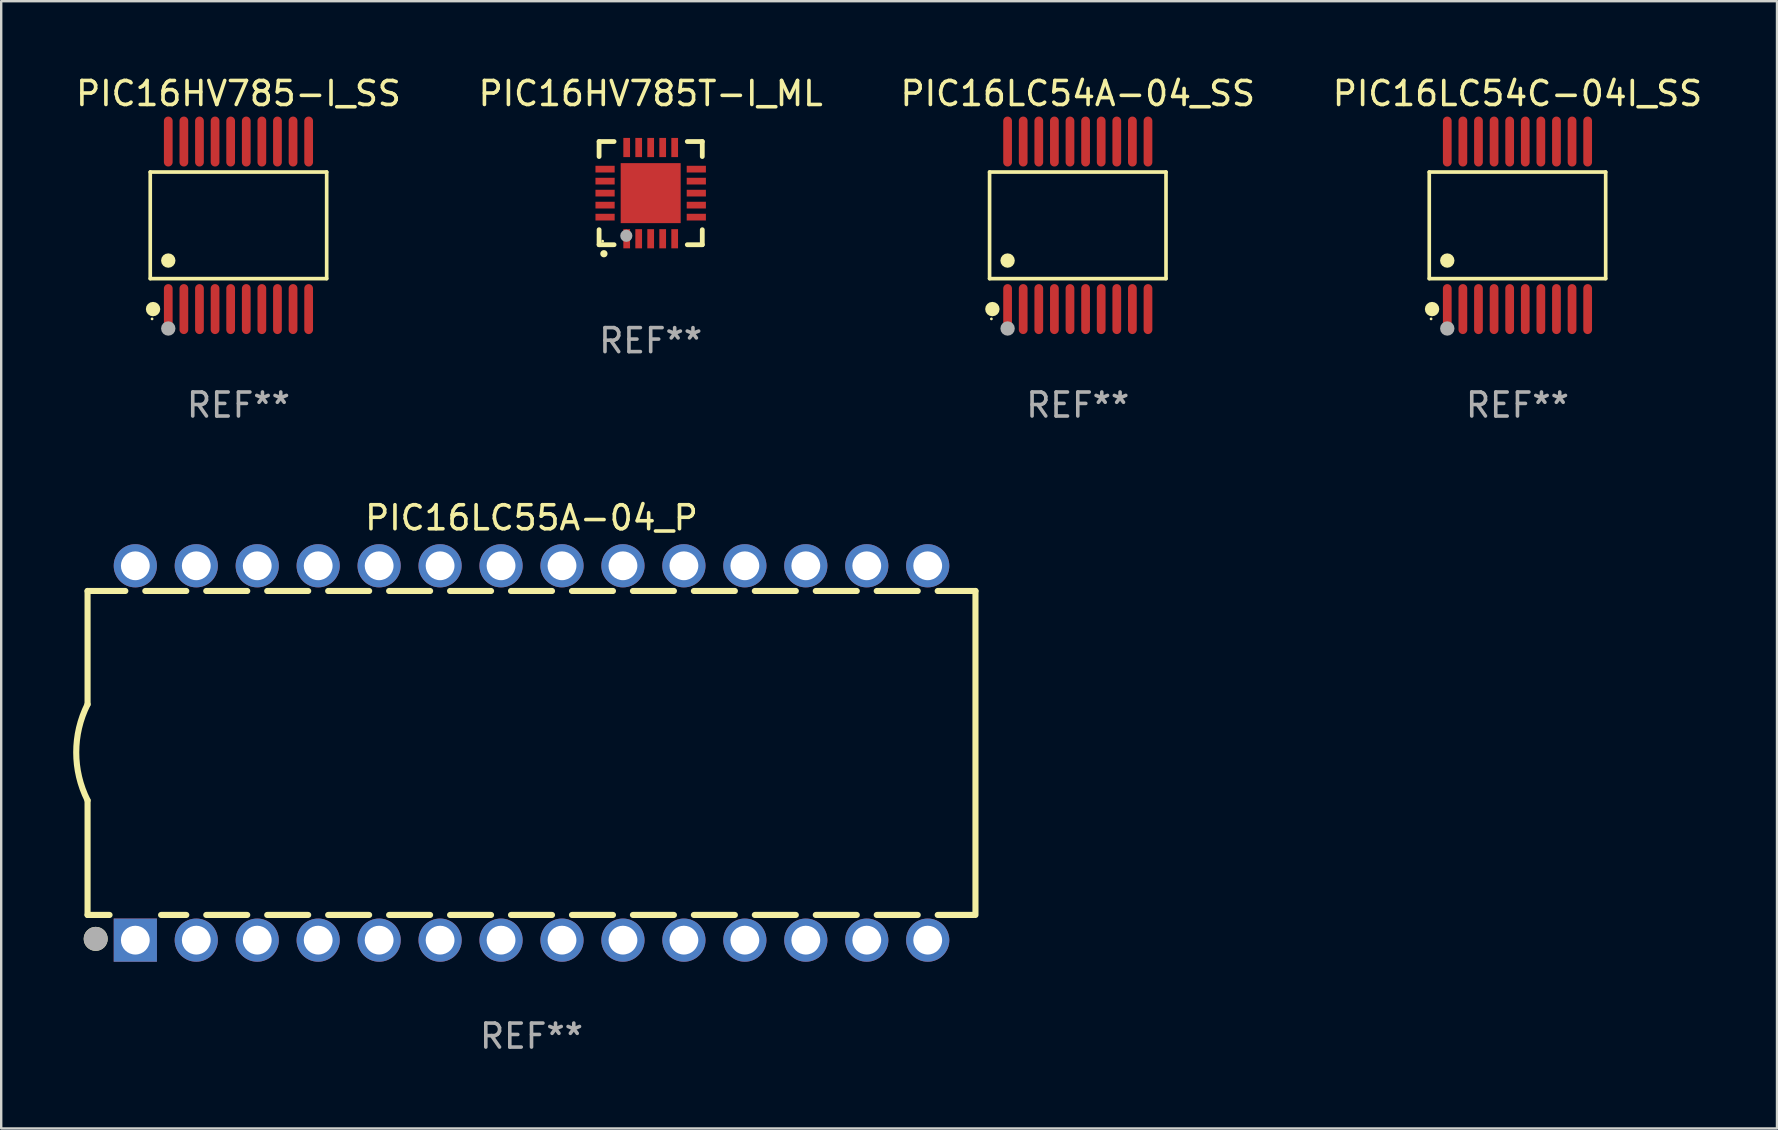
<source format=kicad_pcb>
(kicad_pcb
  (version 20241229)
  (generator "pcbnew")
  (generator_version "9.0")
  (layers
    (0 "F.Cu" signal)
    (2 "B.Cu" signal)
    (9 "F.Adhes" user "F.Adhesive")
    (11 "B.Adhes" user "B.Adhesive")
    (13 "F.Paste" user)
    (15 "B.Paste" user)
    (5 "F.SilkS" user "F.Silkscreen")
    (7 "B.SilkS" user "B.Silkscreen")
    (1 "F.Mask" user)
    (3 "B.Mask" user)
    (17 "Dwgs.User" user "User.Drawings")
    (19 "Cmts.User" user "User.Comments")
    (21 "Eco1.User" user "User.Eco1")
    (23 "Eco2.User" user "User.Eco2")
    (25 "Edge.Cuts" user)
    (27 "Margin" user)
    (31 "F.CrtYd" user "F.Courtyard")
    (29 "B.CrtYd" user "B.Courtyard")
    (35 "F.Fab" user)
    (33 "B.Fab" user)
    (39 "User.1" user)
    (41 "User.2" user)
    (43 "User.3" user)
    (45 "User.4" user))
  (footprint "PIC16LC54A-04_SS"
    (layer "F.Cu")
    (at 41.863 6.339)
    (property "Reference" "PIC16LC54A-04_SS" (at 0 -5.491 0) (layer "F.SilkS") (effects (font (size 1 1) (thickness 0.15))))
    (attr through_hole)
    (fp_line (start -3.676 -2.221) (end 3.676 -2.221) (stroke (width 0.152) (type solid)) (layer "F.SilkS"))
    (fp_line (start -3.676 2.221) (end -3.676 -2.221) (stroke (width 0.152) (type solid)) (layer "F.SilkS"))
    (fp_line (start 3.676 -2.221) (end 3.676 2.221) (stroke (width 0.152) (type solid)) (layer "F.SilkS"))
    (fp_line (start 3.676 2.221) (end -3.676 2.221) (stroke (width 0.152) (type solid)) (layer "F.SilkS"))
    (fp_circle (center -3.6 3.9) (end -3.57 3.9) (stroke (width 0.06) (type solid)) (fill no) (layer "F.SilkS"))
    (fp_circle (center -3.559 3.491) (end -3.409 3.491) (stroke (width 0.3) (type solid)) (fill no) (layer "F.SilkS"))
    (fp_circle (center -2.925 1.469) (end -2.775 1.469) (stroke (width 0.3) (type solid)) (fill no) (layer "F.SilkS"))
    (fp_circle (center -2.925 4.3) (end -2.775 4.3) (stroke (width 0.3) (type solid)) (fill no) (layer "F.Fab"))
    (fp_text user "REF**" (at 0 7.491 0) (layer "F.Fab") (effects (font (size 1 1) (thickness 0.15))))
    (pad "1" smd oval (at -2.925 3.491) (size 0.364 2.082) (layers "F.Cu" "F.Mask" "F.Paste"))
    (pad "2" smd oval (at -2.275 3.491) (size 0.364 2.082) (layers "F.Cu" "F.Mask" "F.Paste"))
    (pad "3" smd oval (at -1.625 3.491) (size 0.364 2.082) (layers "F.Cu" "F.Mask" "F.Paste"))
    (pad "4" smd oval (at -0.975 3.491) (size 0.364 2.082) (layers "F.Cu" "F.Mask" "F.Paste"))
    (pad "5" smd oval (at -0.325 3.491) (size 0.364 2.082) (layers "F.Cu" "F.Mask" "F.Paste"))
    (pad "6" smd oval (at 0.325 3.491) (size 0.364 2.082) (layers "F.Cu" "F.Mask" "F.Paste"))
    (pad "7" smd oval (at 0.975 3.491) (size 0.364 2.082) (layers "F.Cu" "F.Mask" "F.Paste"))
    (pad "8" smd oval (at 1.625 3.491) (size 0.364 2.082) (layers "F.Cu" "F.Mask" "F.Paste"))
    (pad "9" smd oval (at 2.275 3.491) (size 0.364 2.082) (layers "F.Cu" "F.Mask" "F.Paste"))
    (pad "10" smd oval (at 2.925 3.491) (size 0.364 2.082) (layers "F.Cu" "F.Mask" "F.Paste"))
    (pad "11" smd oval (at 2.925 -3.491) (size 0.364 2.082) (layers "F.Cu" "F.Mask" "F.Paste"))
    (pad "12" smd oval (at 2.275 -3.491) (size 0.364 2.082) (layers "F.Cu" "F.Mask" "F.Paste"))
    (pad "13" smd oval (at 1.625 -3.491) (size 0.364 2.082) (layers "F.Cu" "F.Mask" "F.Paste"))
    (pad "14" smd oval (at 0.975 -3.491) (size 0.364 2.082) (layers "F.Cu" "F.Mask" "F.Paste"))
    (pad "15" smd oval (at 0.325 -3.491) (size 0.364 2.082) (layers "F.Cu" "F.Mask" "F.Paste"))
    (pad "16" smd oval (at -0.325 -3.491) (size 0.364 2.082) (layers "F.Cu" "F.Mask" "F.Paste"))
    (pad "17" smd oval (at -0.975 -3.491) (size 0.364 2.082) (layers "F.Cu" "F.Mask" "F.Paste"))
    (pad "18" smd oval (at -1.625 -3.491) (size 0.364 2.082) (layers "F.Cu" "F.Mask" "F.Paste"))
    (pad "19" smd oval (at -2.275 -3.491) (size 0.364 2.082) (layers "F.Cu" "F.Mask" "F.Paste"))
    (pad "20" smd oval (at -2.925 -3.491) (size 0.364 2.082) (layers "F.Cu" "F.Mask" "F.Paste")))
  (footprint "PIC16HV785T-I_ML"
    (layer "F.Cu")
    (at 24.065 4.998)
    (property "Reference" "PIC16HV785T-I_ML" (at 0 -4.15 0) (layer "F.SilkS") (effects (font (size 1 1) (thickness 0.15))))
    (attr through_hole)
    (fp_line (start -2.15 -2.15) (end -2.15 -1.525) (stroke (width 0.2) (type solid)) (layer "F.SilkS"))
    (fp_line (start -2.15 2.15) (end -2.15 1.525) (stroke (width 0.2) (type solid)) (layer "F.SilkS"))
    (fp_line (start -1.525 -2.15) (end -2.15 -2.15) (stroke (width 0.2) (type solid)) (layer "F.SilkS"))
    (fp_line (start -1.525 2.15) (end -2.15 2.15) (stroke (width 0.2) (type solid)) (layer "F.SilkS"))
    (fp_line (start 1.525 2.15) (end 2.15 2.15) (stroke (width 0.2) (type solid)) (layer "F.SilkS"))
    (fp_line (start 2.15 -2.15) (end 1.525 -2.15) (stroke (width 0.2) (type solid)) (layer "F.SilkS"))
    (fp_line (start 2.15 -1.525) (end 2.15 -2.15) (stroke (width 0.2) (type solid)) (layer "F.SilkS"))
    (fp_line (start 2.15 2.15) (end 2.15 1.525) (stroke (width 0.2) (type solid)) (layer "F.SilkS"))
    (fp_arc (start -1.950724 2.524765) (mid -1.949454 2.52476) (end -1.948184 2.524765) (stroke (width 0.3) (type solid)) (layer "F.SilkS"))
    (fp_circle (center -2.001 2.001) (end -1.971 2.001) (stroke (width 0.06) (type solid)) (fill no) (layer "F.SilkS"))
    (fp_circle (center -1.016 1.778) (end -0.889 1.778) (stroke (width 0.254) (type solid)) (fill no) (layer "F.Fab"))
    (fp_text user "REF**" (at 0 6.15 0) (layer "F.Fab") (effects (font (size 1 1) (thickness 0.15))))
    (pad "1" smd rect (at -1 1.901) (size 0.28 0.8) (layers "F.Cu" "F.Mask" "F.Paste"))
    (pad "2" smd rect (at -0.5 1.901) (size 0.28 0.8) (layers "F.Cu" "F.Mask" "F.Paste"))
    (pad "3" smd rect (at 0 1.901) (size 0.28 0.8) (layers "F.Cu" "F.Mask" "F.Paste"))
    (pad "4" smd rect (at 0.5 1.901) (size 0.28 0.8) (layers "F.Cu" "F.Mask" "F.Paste"))
    (pad "5" smd rect (at 1 1.901) (size 0.28 0.8) (layers "F.Cu" "F.Mask" "F.Paste"))
    (pad "6" smd rect (at 1.901 1) (size 0.8 0.28) (layers "F.Cu" "F.Mask" "F.Paste"))
    (pad "7" smd rect (at 1.901 0.5) (size 0.8 0.28) (layers "F.Cu" "F.Mask" "F.Paste"))
    (pad "8" smd rect (at 1.901 0) (size 0.8 0.28) (layers "F.Cu" "F.Mask" "F.Paste"))
    (pad "9" smd rect (at 1.901 -0.5) (size 0.8 0.28) (layers "F.Cu" "F.Mask" "F.Paste"))
    (pad "10" smd rect (at 1.901 -1) (size 0.8 0.28) (layers "F.Cu" "F.Mask" "F.Paste"))
    (pad "11" smd rect (at 1 -1.901) (size 0.28 0.8) (layers "F.Cu" "F.Mask" "F.Paste"))
    (pad "12" smd rect (at 0.5 -1.901) (size 0.28 0.8) (layers "F.Cu" "F.Mask" "F.Paste"))
    (pad "13" smd rect (at 0 -1.901) (size 0.28 0.8) (layers "F.Cu" "F.Mask" "F.Paste"))
    (pad "14" smd rect (at -0.5 -1.901) (size 0.28 0.8) (layers "F.Cu" "F.Mask" "F.Paste"))
    (pad "15" smd rect (at -1 -1.901) (size 0.28 0.8) (layers "F.Cu" "F.Mask" "F.Paste"))
    (pad "16" smd rect (at -1.901 -1) (size 0.8 0.28) (layers "F.Cu" "F.Mask" "F.Paste"))
    (pad "17" smd rect (at -1.901 -0.5) (size 0.8 0.28) (layers "F.Cu" "F.Mask" "F.Paste"))
    (pad "18" smd rect (at -1.901 0) (size 0.8 0.28) (layers "F.Cu" "F.Mask" "F.Paste"))
    (pad "19" smd rect (at -1.901 0.5) (size 0.8 0.28) (layers "F.Cu" "F.Mask" "F.Paste"))
    (pad "20" smd rect (at -1.901 1) (size 0.8 0.28) (layers "F.Cu" "F.Mask" "F.Paste"))
    (pad "21" smd rect (at 0 0) (size 2.5 2.5) (layers "F.Cu" "F.Mask" "F.Paste")))
  (footprint "PIC16LC55A-04_P"
    (layer "F.Cu")
    (at 19.099 28.327)
    (property "Reference" "PIC16LC55A-04_P" (at 0 -9.8 0) (layer "F.SilkS") (effects (font (size 1 1) (thickness 0.15))))
    (attr through_hole)
    (fp_line (start -18.5 -6.75) (end -18.5 -2.026) (stroke (width 0.254) (type solid)) (layer "F.SilkS"))
    (fp_line (start -18.5 -6.75) (end -16.926 -6.75) (stroke (width 0.254) (type solid)) (layer "F.SilkS"))
    (fp_line (start -18.5 6.75) (end -18.5 1.974) (stroke (width 0.254) (type solid)) (layer "F.SilkS"))
    (fp_line (start -18.5 6.75) (end -17.584 6.75) (stroke (width 0.254) (type solid)) (layer "F.SilkS"))
    (fp_line (start -16.094 -6.75) (end -14.386 -6.75) (stroke (width 0.254) (type solid)) (layer "F.SilkS"))
    (fp_line (start -15.436 6.75) (end -14.386 6.75) (stroke (width 0.254) (type solid)) (layer "F.SilkS"))
    (fp_line (start -13.554 -6.75) (end -11.846 -6.75) (stroke (width 0.254) (type solid)) (layer "F.SilkS"))
    (fp_line (start -13.554 6.75) (end -11.846 6.75) (stroke (width 0.254) (type solid)) (layer "F.SilkS"))
    (fp_line (start -11.014 -6.75) (end -9.306 -6.75) (stroke (width 0.254) (type solid)) (layer "F.SilkS"))
    (fp_line (start -11.014 6.75) (end -9.306 6.75) (stroke (width 0.254) (type solid)) (layer "F.SilkS"))
    (fp_line (start -8.474 -6.75) (end -6.766 -6.75) (stroke (width 0.254) (type solid)) (layer "F.SilkS"))
    (fp_line (start -8.474 6.75) (end -6.766 6.75) (stroke (width 0.254) (type solid)) (layer "F.SilkS"))
    (fp_line (start -5.934 -6.75) (end -4.226 -6.75) (stroke (width 0.254) (type solid)) (layer "F.SilkS"))
    (fp_line (start -5.934 6.75) (end -4.226 6.75) (stroke (width 0.254) (type solid)) (layer "F.SilkS"))
    (fp_line (start -3.394 -6.75) (end -1.686 -6.75) (stroke (width 0.254) (type solid)) (layer "F.SilkS"))
    (fp_line (start -3.394 6.75) (end -1.686 6.75) (stroke (width 0.254) (type solid)) (layer "F.SilkS"))
    (fp_line (start -0.854 -6.75) (end 0.854 -6.75) (stroke (width 0.254) (type solid)) (layer "F.SilkS"))
    (fp_line (start -0.854 6.75) (end 0.854 6.75) (stroke (width 0.254) (type solid)) (layer "F.SilkS"))
    (fp_line (start 1.686 -6.75) (end 3.394 -6.75) (stroke (width 0.254) (type solid)) (layer "F.SilkS"))
    (fp_line (start 1.686 6.75) (end 3.394 6.75) (stroke (width 0.254) (type solid)) (layer "F.SilkS"))
    (fp_line (start 4.226 -6.75) (end 5.934 -6.75) (stroke (width 0.254) (type solid)) (layer "F.SilkS"))
    (fp_line (start 4.226 6.75) (end 5.934 6.75) (stroke (width 0.254) (type solid)) (layer "F.SilkS"))
    (fp_line (start 6.766 -6.75) (end 8.474 -6.75) (stroke (width 0.254) (type solid)) (layer "F.SilkS"))
    (fp_line (start 6.766 6.75) (end 8.474 6.75) (stroke (width 0.254) (type solid)) (layer "F.SilkS"))
    (fp_line (start 9.306 -6.75) (end 11.014 -6.75) (stroke (width 0.254) (type solid)) (layer "F.SilkS"))
    (fp_line (start 9.306 6.75) (end 11.014 6.75) (stroke (width 0.254) (type solid)) (layer "F.SilkS"))
    (fp_line (start 11.846 -6.75) (end 13.554 -6.75) (stroke (width 0.254) (type solid)) (layer "F.SilkS"))
    (fp_line (start 11.846 6.75) (end 13.554 6.75) (stroke (width 0.254) (type solid)) (layer "F.SilkS"))
    (fp_line (start 14.386 -6.75) (end 16.094 -6.75) (stroke (width 0.254) (type solid)) (layer "F.SilkS"))
    (fp_line (start 14.386 6.75) (end 16.094 6.75) (stroke (width 0.254) (type solid)) (layer "F.SilkS"))
    (fp_line (start 16.926 -6.75) (end 18.5 -6.75) (stroke (width 0.254) (type solid)) (layer "F.SilkS"))
    (fp_line (start 16.926 6.75) (end 18.415 6.75) (stroke (width 0.254) (type solid)) (layer "F.SilkS"))
    (fp_line (start 18.5 6.75) (end 18.5 -6.75) (stroke (width 0.254) (type solid)) (layer "F.SilkS"))
    (fp_arc (start -18.500051 1.974384) (mid -18.972187 -0.025616) (end -18.500051 -2.025616) (stroke (width 0.254001) (type solid)) (layer "F.SilkS"))
    (fp_circle (center -18.5 7.8) (end -18.47 7.8) (stroke (width 0.06) (type solid)) (fill no) (layer "F.SilkS"))
    (fp_circle (center -18.161 7.747) (end -17.911 7.747) (stroke (width 0.5) (type solid)) (fill no) (layer "F.SilkS"))
    (fp_circle (center -18.161 7.747) (end -17.911 7.747) (stroke (width 0.5) (type solid)) (fill no) (layer "F.Fab"))
    (fp_text user "REF**" (at 0 11.8 0) (layer "F.Fab") (effects (font (size 1 1) (thickness 0.15))))
    (pad "1" thru_hole rect (at -16.51 7.8) (size 1.8 1.8) (drill 1.2) (layers "*.Cu" "*.Mask"))
    (pad "2" thru_hole circle (at -13.97 7.8) (size 1.8 1.8) (drill 1.2) (layers "*.Cu" "*.Mask"))
    (pad "3" thru_hole circle (at -11.43 7.8) (size 1.8 1.8) (drill 1.2) (layers "*.Cu" "*.Mask"))
    (pad "4" thru_hole circle (at -8.89 7.8) (size 1.8 1.8) (drill 1.2) (layers "*.Cu" "*.Mask"))
    (pad "5" thru_hole circle (at -6.35 7.8) (size 1.8 1.8) (drill 1.2) (layers "*.Cu" "*.Mask"))
    (pad "6" thru_hole circle (at -3.81 7.8) (size 1.8 1.8) (drill 1.2) (layers "*.Cu" "*.Mask"))
    (pad "7" thru_hole circle (at -1.27 7.8) (size 1.8 1.8) (drill 1.2) (layers "*.Cu" "*.Mask"))
    (pad "8" thru_hole circle (at 1.27 7.8) (size 1.8 1.8) (drill 1.2) (layers "*.Cu" "*.Mask"))
    (pad "9" thru_hole circle (at 3.81 7.8) (size 1.8 1.8) (drill 1.2) (layers "*.Cu" "*.Mask"))
    (pad "10" thru_hole circle (at 6.35 7.8) (size 1.8 1.8) (drill 1.2) (layers "*.Cu" "*.Mask"))
    (pad "11" thru_hole circle (at 8.89 7.8) (size 1.8 1.8) (drill 1.2) (layers "*.Cu" "*.Mask"))
    (pad "12" thru_hole circle (at 11.43 7.8) (size 1.8 1.8) (drill 1.2) (layers "*.Cu" "*.Mask"))
    (pad "13" thru_hole circle (at 13.97 7.8) (size 1.8 1.8) (drill 1.2) (layers "*.Cu" "*.Mask"))
    (pad "14" thru_hole circle (at 16.51 7.8) (size 1.8 1.8) (drill 1.2) (layers "*.Cu" "*.Mask"))
    (pad "15" thru_hole circle (at 16.51 -7.8) (size 1.8 1.8) (drill 1.2) (layers "*.Cu" "*.Mask"))
    (pad "16" thru_hole circle (at 13.97 -7.8) (size 1.8 1.8) (drill 1.2) (layers "*.Cu" "*.Mask"))
    (pad "17" thru_hole circle (at 11.43 -7.8) (size 1.8 1.8) (drill 1.2) (layers "*.Cu" "*.Mask"))
    (pad "18" thru_hole circle (at 8.89 -7.8) (size 1.8 1.8) (drill 1.2) (layers "*.Cu" "*.Mask"))
    (pad "19" thru_hole circle (at 6.35 -7.8) (size 1.8 1.8) (drill 1.2) (layers "*.Cu" "*.Mask"))
    (pad "20" thru_hole circle (at 3.81 -7.8) (size 1.8 1.8) (drill 1.2) (layers "*.Cu" "*.Mask"))
    (pad "21" thru_hole circle (at 1.27 -7.8) (size 1.8 1.8) (drill 1.2) (layers "*.Cu" "*.Mask"))
    (pad "22" thru_hole circle (at -1.27 -7.8) (size 1.8 1.8) (drill 1.2) (layers "*.Cu" "*.Mask"))
    (pad "23" thru_hole circle (at -3.81 -7.8) (size 1.8 1.8) (drill 1.2) (layers "*.Cu" "*.Mask"))
    (pad "24" thru_hole circle (at -6.35 -7.8) (size 1.8 1.8) (drill 1.2) (layers "*.Cu" "*.Mask"))
    (pad "25" thru_hole circle (at -8.89 -7.8) (size 1.8 1.8) (drill 1.2) (layers "*.Cu" "*.Mask"))
    (pad "26" thru_hole circle (at -11.43 -7.8) (size 1.8 1.8) (drill 1.2) (layers "*.Cu" "*.Mask"))
    (pad "27" thru_hole circle (at -13.97 -7.8) (size 1.8 1.8) (drill 1.2) (layers "*.Cu" "*.Mask"))
    (pad "28" thru_hole circle (at -16.51 -7.8) (size 1.8 1.8) (drill 1.2) (layers "*.Cu" "*.Mask")))
  (footprint "PIC16LC54C-04I_SS"
    (layer "F.Cu")
    (at 60.185 6.339)
    (property "Reference" "PIC16LC54C-04I_SS" (at 0 -5.491 0) (layer "F.SilkS") (effects (font (size 1 1) (thickness 0.15))))
    (attr through_hole)
    (fp_line (start -3.676 -2.221) (end 3.676 -2.221) (stroke (width 0.152) (type solid)) (layer "F.SilkS"))
    (fp_line (start -3.676 2.221) (end -3.676 -2.221) (stroke (width 0.152) (type solid)) (layer "F.SilkS"))
    (fp_line (start 3.676 -2.221) (end 3.676 2.221) (stroke (width 0.152) (type solid)) (layer "F.SilkS"))
    (fp_line (start 3.676 2.221) (end -3.676 2.221) (stroke (width 0.152) (type solid)) (layer "F.SilkS"))
    (fp_circle (center -3.6 3.9) (end -3.57 3.9) (stroke (width 0.06) (type solid)) (fill no) (layer "F.SilkS"))
    (fp_circle (center -3.559 3.491) (end -3.409 3.491) (stroke (width 0.3) (type solid)) (fill no) (layer "F.SilkS"))
    (fp_circle (center -2.925 1.469) (end -2.775 1.469) (stroke (width 0.3) (type solid)) (fill no) (layer "F.SilkS"))
    (fp_circle (center -2.925 4.3) (end -2.775 4.3) (stroke (width 0.3) (type solid)) (fill no) (layer "F.Fab"))
    (fp_text user "REF**" (at 0 7.491 0) (layer "F.Fab") (effects (font (size 1 1) (thickness 0.15))))
    (pad "1" smd oval (at -2.925 3.491) (size 0.364 2.082) (layers "F.Cu" "F.Mask" "F.Paste"))
    (pad "2" smd oval (at -2.275 3.491) (size 0.364 2.082) (layers "F.Cu" "F.Mask" "F.Paste"))
    (pad "3" smd oval (at -1.625 3.491) (size 0.364 2.082) (layers "F.Cu" "F.Mask" "F.Paste"))
    (pad "4" smd oval (at -0.975 3.491) (size 0.364 2.082) (layers "F.Cu" "F.Mask" "F.Paste"))
    (pad "5" smd oval (at -0.325 3.491) (size 0.364 2.082) (layers "F.Cu" "F.Mask" "F.Paste"))
    (pad "6" smd oval (at 0.325 3.491) (size 0.364 2.082) (layers "F.Cu" "F.Mask" "F.Paste"))
    (pad "7" smd oval (at 0.975 3.491) (size 0.364 2.082) (layers "F.Cu" "F.Mask" "F.Paste"))
    (pad "8" smd oval (at 1.625 3.491) (size 0.364 2.082) (layers "F.Cu" "F.Mask" "F.Paste"))
    (pad "9" smd oval (at 2.275 3.491) (size 0.364 2.082) (layers "F.Cu" "F.Mask" "F.Paste"))
    (pad "10" smd oval (at 2.925 3.491) (size 0.364 2.082) (layers "F.Cu" "F.Mask" "F.Paste"))
    (pad "11" smd oval (at 2.925 -3.491) (size 0.364 2.082) (layers "F.Cu" "F.Mask" "F.Paste"))
    (pad "12" smd oval (at 2.275 -3.491) (size 0.364 2.082) (layers "F.Cu" "F.Mask" "F.Paste"))
    (pad "13" smd oval (at 1.625 -3.491) (size 0.364 2.082) (layers "F.Cu" "F.Mask" "F.Paste"))
    (pad "14" smd oval (at 0.975 -3.491) (size 0.364 2.082) (layers "F.Cu" "F.Mask" "F.Paste"))
    (pad "15" smd oval (at 0.325 -3.491) (size 0.364 2.082) (layers "F.Cu" "F.Mask" "F.Paste"))
    (pad "16" smd oval (at -0.325 -3.491) (size 0.364 2.082) (layers "F.Cu" "F.Mask" "F.Paste"))
    (pad "17" smd oval (at -0.975 -3.491) (size 0.364 2.082) (layers "F.Cu" "F.Mask" "F.Paste"))
    (pad "18" smd oval (at -1.625 -3.491) (size 0.364 2.082) (layers "F.Cu" "F.Mask" "F.Paste"))
    (pad "19" smd oval (at -2.275 -3.491) (size 0.364 2.082) (layers "F.Cu" "F.Mask" "F.Paste"))
    (pad "20" smd oval (at -2.925 -3.491) (size 0.364 2.082) (layers "F.Cu" "F.Mask" "F.Paste")))
  (footprint "PIC16HV785-I_SS"
    (layer "F.Cu")
    (at 6.887 6.339)
    (property "Reference" "PIC16HV785-I_SS" (at 0 -5.491 0) (layer "F.SilkS") (effects (font (size 1 1) (thickness 0.15))))
    (attr through_hole)
    (fp_line (start -3.676 -2.221) (end 3.676 -2.221) (stroke (width 0.152) (type solid)) (layer "F.SilkS"))
    (fp_line (start -3.676 2.221) (end -3.676 -2.221) (stroke (width 0.152) (type solid)) (layer "F.SilkS"))
    (fp_line (start 3.676 -2.221) (end 3.676 2.221) (stroke (width 0.152) (type solid)) (layer "F.SilkS"))
    (fp_line (start 3.676 2.221) (end -3.676 2.221) (stroke (width 0.152) (type solid)) (layer "F.SilkS"))
    (fp_circle (center -3.6 3.9) (end -3.57 3.9) (stroke (width 0.06) (type solid)) (fill no) (layer "F.SilkS"))
    (fp_circle (center -3.559 3.491) (end -3.409 3.491) (stroke (width 0.3) (type solid)) (fill no) (layer "F.SilkS"))
    (fp_circle (center -2.925 1.469) (end -2.775 1.469) (stroke (width 0.3) (type solid)) (fill no) (layer "F.SilkS"))
    (fp_circle (center -2.925 4.3) (end -2.775 4.3) (stroke (width 0.3) (type solid)) (fill no) (layer "F.Fab"))
    (fp_text user "REF**" (at 0 7.491 0) (layer "F.Fab") (effects (font (size 1 1) (thickness 0.15))))
    (pad "1" smd oval (at -2.925 3.491) (size 0.364 2.082) (layers "F.Cu" "F.Mask" "F.Paste"))
    (pad "2" smd oval (at -2.275 3.491) (size 0.364 2.082) (layers "F.Cu" "F.Mask" "F.Paste"))
    (pad "3" smd oval (at -1.625 3.491) (size 0.364 2.082) (layers "F.Cu" "F.Mask" "F.Paste"))
    (pad "4" smd oval (at -0.975 3.491) (size 0.364 2.082) (layers "F.Cu" "F.Mask" "F.Paste"))
    (pad "5" smd oval (at -0.325 3.491) (size 0.364 2.082) (layers "F.Cu" "F.Mask" "F.Paste"))
    (pad "6" smd oval (at 0.325 3.491) (size 0.364 2.082) (layers "F.Cu" "F.Mask" "F.Paste"))
    (pad "7" smd oval (at 0.975 3.491) (size 0.364 2.082) (layers "F.Cu" "F.Mask" "F.Paste"))
    (pad "8" smd oval (at 1.625 3.491) (size 0.364 2.082) (layers "F.Cu" "F.Mask" "F.Paste"))
    (pad "9" smd oval (at 2.275 3.491) (size 0.364 2.082) (layers "F.Cu" "F.Mask" "F.Paste"))
    (pad "10" smd oval (at 2.925 3.491) (size 0.364 2.082) (layers "F.Cu" "F.Mask" "F.Paste"))
    (pad "11" smd oval (at 2.925 -3.491) (size 0.364 2.082) (layers "F.Cu" "F.Mask" "F.Paste"))
    (pad "12" smd oval (at 2.275 -3.491) (size 0.364 2.082) (layers "F.Cu" "F.Mask" "F.Paste"))
    (pad "13" smd oval (at 1.625 -3.491) (size 0.364 2.082) (layers "F.Cu" "F.Mask" "F.Paste"))
    (pad "14" smd oval (at 0.975 -3.491) (size 0.364 2.082) (layers "F.Cu" "F.Mask" "F.Paste"))
    (pad "15" smd oval (at 0.325 -3.491) (size 0.364 2.082) (layers "F.Cu" "F.Mask" "F.Paste"))
    (pad "16" smd oval (at -0.325 -3.491) (size 0.364 2.082) (layers "F.Cu" "F.Mask" "F.Paste"))
    (pad "17" smd oval (at -0.975 -3.491) (size 0.364 2.082) (layers "F.Cu" "F.Mask" "F.Paste"))
    (pad "18" smd oval (at -1.625 -3.491) (size 0.364 2.082) (layers "F.Cu" "F.Mask" "F.Paste"))
    (pad "19" smd oval (at -2.275 -3.491) (size 0.364 2.082) (layers "F.Cu" "F.Mask" "F.Paste"))
    (pad "20" smd oval (at -2.925 -3.491) (size 0.364 2.082) (layers "F.Cu" "F.Mask" "F.Paste")))
  (gr_rect
    (start -3 -3)
    (end 71 43.975)
    (stroke (width 0.1) (type default))
    (fill no)
    (layer "Edge.Cuts")))
</source>
